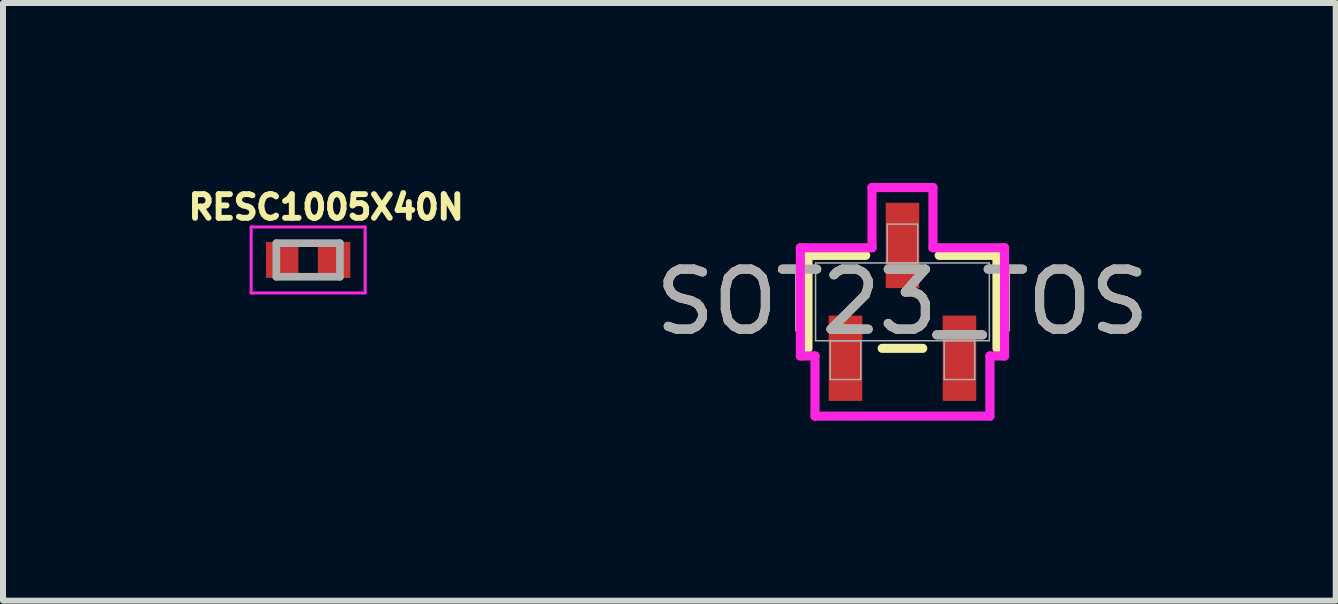
<source format=kicad_pcb>
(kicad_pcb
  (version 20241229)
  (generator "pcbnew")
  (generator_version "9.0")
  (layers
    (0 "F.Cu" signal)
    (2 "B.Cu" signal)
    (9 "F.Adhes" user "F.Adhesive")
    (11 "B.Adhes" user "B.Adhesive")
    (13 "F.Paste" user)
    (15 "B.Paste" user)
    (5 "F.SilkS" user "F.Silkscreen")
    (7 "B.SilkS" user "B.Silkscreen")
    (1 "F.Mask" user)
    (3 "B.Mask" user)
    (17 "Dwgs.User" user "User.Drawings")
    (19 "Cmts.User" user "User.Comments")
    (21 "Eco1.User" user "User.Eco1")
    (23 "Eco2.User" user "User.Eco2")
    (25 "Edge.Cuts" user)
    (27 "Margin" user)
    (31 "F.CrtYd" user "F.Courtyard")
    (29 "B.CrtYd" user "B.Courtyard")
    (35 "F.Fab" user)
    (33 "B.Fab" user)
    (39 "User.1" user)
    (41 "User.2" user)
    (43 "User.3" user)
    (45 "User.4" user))
  (footprint "SOT23_TOS"
    (layer "F.Cu")
    (at 11.992 1.981)
    (property "Reference" "SOT23_TOS" (at 0 0 0) (unlocked yes) (layer "F.SilkS") (effects (font (size 1 1) (thickness 0.15))))
    (attr smd)
    (fp_line (start -1.575 -0.775) (end -1.575 0.775) (stroke (width 0.152) (type solid)) (layer "F.SilkS"))
    (fp_line (start -0.612 -0.775) (end -1.575 -0.775) (stroke (width 0.152) (type solid)) (layer "F.SilkS"))
    (fp_line (start -0.338 0.775) (end 0.338 0.775) (stroke (width 0.152) (type solid)) (layer "F.SilkS"))
    (fp_line (start 1.575 -0.775) (end 0.612 -0.775) (stroke (width 0.152) (type solid)) (layer "F.SilkS"))
    (fp_line (start 1.575 0.775) (end 1.575 -0.775) (stroke (width 0.152) (type solid)) (layer "F.SilkS"))
    (fp_line (start -1.702 -0.902) (end -0.508 -0.902) (stroke (width 0.152) (type solid)) (layer "F.CrtYd"))
    (fp_line (start -1.702 0.902) (end -1.702 -0.902) (stroke (width 0.152) (type solid)) (layer "F.CrtYd"))
    (fp_line (start -1.702 0.902) (end -1.458 0.902) (stroke (width 0.152) (type solid)) (layer "F.CrtYd"))
    (fp_line (start -1.458 0.902) (end -1.458 1.905) (stroke (width 0.152) (type solid)) (layer "F.CrtYd"))
    (fp_line (start -1.458 1.905) (end 1.458 1.905) (stroke (width 0.152) (type solid)) (layer "F.CrtYd"))
    (fp_line (start -0.508 -1.905) (end 0.508 -1.905) (stroke (width 0.152) (type solid)) (layer "F.CrtYd"))
    (fp_line (start -0.508 -0.902) (end -0.508 -1.905) (stroke (width 0.152) (type solid)) (layer "F.CrtYd"))
    (fp_line (start 0.508 -0.902) (end 0.508 -1.905) (stroke (width 0.152) (type solid)) (layer "F.CrtYd"))
    (fp_line (start 1.458 0.902) (end 1.458 1.905) (stroke (width 0.152) (type solid)) (layer "F.CrtYd"))
    (fp_line (start 1.702 -0.902) (end 0.508 -0.902) (stroke (width 0.152) (type solid)) (layer "F.CrtYd"))
    (fp_line (start 1.702 -0.902) (end 1.702 0.902) (stroke (width 0.152) (type solid)) (layer "F.CrtYd"))
    (fp_line (start 1.702 0.902) (end 1.458 0.902) (stroke (width 0.152) (type solid)) (layer "F.CrtYd"))
    (fp_line (start -1.448 -0.648) (end -1.448 0.648) (stroke (width 0.025) (type solid)) (layer "F.Fab"))
    (fp_line (start -1.448 0.648) (end 1.448 0.648) (stroke (width 0.025) (type solid)) (layer "F.Fab"))
    (fp_line (start -1.204 0.648) (end -1.204 1.295) (stroke (width 0.025) (type solid)) (layer "F.Fab"))
    (fp_line (start -1.204 1.295) (end -0.696 1.295) (stroke (width 0.025) (type solid)) (layer "F.Fab"))
    (fp_line (start -0.696 0.648) (end -1.204 0.648) (stroke (width 0.025) (type solid)) (layer "F.Fab"))
    (fp_line (start -0.696 1.295) (end -0.696 0.648) (stroke (width 0.025) (type solid)) (layer "F.Fab"))
    (fp_line (start -0.254 -1.295) (end -0.254 -0.648) (stroke (width 0.025) (type solid)) (layer "F.Fab"))
    (fp_line (start -0.254 -0.648) (end 0.254 -0.648) (stroke (width 0.025) (type solid)) (layer "F.Fab"))
    (fp_line (start 0.254 -1.295) (end -0.254 -1.295) (stroke (width 0.025) (type solid)) (layer "F.Fab"))
    (fp_line (start 0.254 -0.648) (end 0.254 -1.295) (stroke (width 0.025) (type solid)) (layer "F.Fab"))
    (fp_line (start 0.696 0.648) (end 0.696 1.295) (stroke (width 0.025) (type solid)) (layer "F.Fab"))
    (fp_line (start 0.696 1.295) (end 1.204 1.295) (stroke (width 0.025) (type solid)) (layer "F.Fab"))
    (fp_line (start 1.204 0.648) (end 0.696 0.648) (stroke (width 0.025) (type solid)) (layer "F.Fab"))
    (fp_line (start 1.204 1.295) (end 1.204 0.648) (stroke (width 0.025) (type solid)) (layer "F.Fab"))
    (fp_line (start 1.448 -0.648) (end -1.448 -0.648) (stroke (width 0.025) (type solid)) (layer "F.Fab"))
    (fp_line (start 1.448 0.648) (end 1.448 -0.648) (stroke (width 0.025) (type solid)) (layer "F.Fab"))
    (fp_circle (center -0.95 0.394) (end -0.95 0.394) (stroke (width 0.025) (type solid)) (fill no) (layer "F.Fab"))
    (fp_text user "${REFERENCE}" (at 0 0 0) (unlocked yes) (layer "F.Fab") (effects (font (size 1 1) (thickness 0.15))))
    (pad "1" smd rect (at -0.95 0.94) (size 0.559 1.422) (layers "F.Cu" "F.Mask" "F.Paste"))
    (pad "2" smd rect (at 0.95 0.94) (size 0.559 1.422) (layers "F.Cu" "F.Mask" "F.Paste"))
    (pad "3" smd rect (at 0 -0.94) (size 0.559 1.422) (layers "F.Cu" "F.Mask" "F.Paste")))
  (footprint "RESC1005X40N"
    (layer "F.Cu")
    (at 2.086 1.283)
    (property "Reference" "RESC1005X40N" (at 0.3 -0.88 0) (layer "F.SilkS") (effects (font (size 0.394 0.394) (thickness 0.15))))
    (attr smd)
    (fp_line (start -0.95 -0.55) (end 0.95 -0.55) (stroke (width 0.05) (type solid)) (layer "F.CrtYd"))
    (fp_line (start -0.95 0.55) (end -0.95 -0.55) (stroke (width 0.05) (type solid)) (layer "F.CrtYd"))
    (fp_line (start -0.95 0.55) (end 0.95 0.55) (stroke (width 0.05) (type solid)) (layer "F.CrtYd"))
    (fp_line (start 0.95 0.55) (end 0.95 -0.55) (stroke (width 0.05) (type solid)) (layer "F.CrtYd"))
    (fp_line (start -0.53 0.28) (end -0.53 -0.28) (stroke (width 0.127) (type solid)) (layer "F.Fab"))
    (fp_line (start 0.53 -0.28) (end -0.53 -0.28) (stroke (width 0.127) (type solid)) (layer "F.Fab"))
    (fp_line (start 0.53 0.28) (end -0.53 0.28) (stroke (width 0.127) (type solid)) (layer "F.Fab"))
    (fp_line (start 0.53 0.28) (end 0.53 -0.28) (stroke (width 0.127) (type solid)) (layer "F.Fab"))
    (pad "1" smd rect (at -0.432 0) (size 0.54 0.6) (layers "F.Cu" "F.Mask" "F.Paste"))
    (pad "2" smd rect (at 0.432 0) (size 0.54 0.6) (layers "F.Cu" "F.Mask" "F.Paste")))
  (gr_rect
    (start -3 -3)
    (end 19.213 6.962)
    (stroke (width 0.1) (type default))
    (fill no)
    (layer "Edge.Cuts")))
</source>
